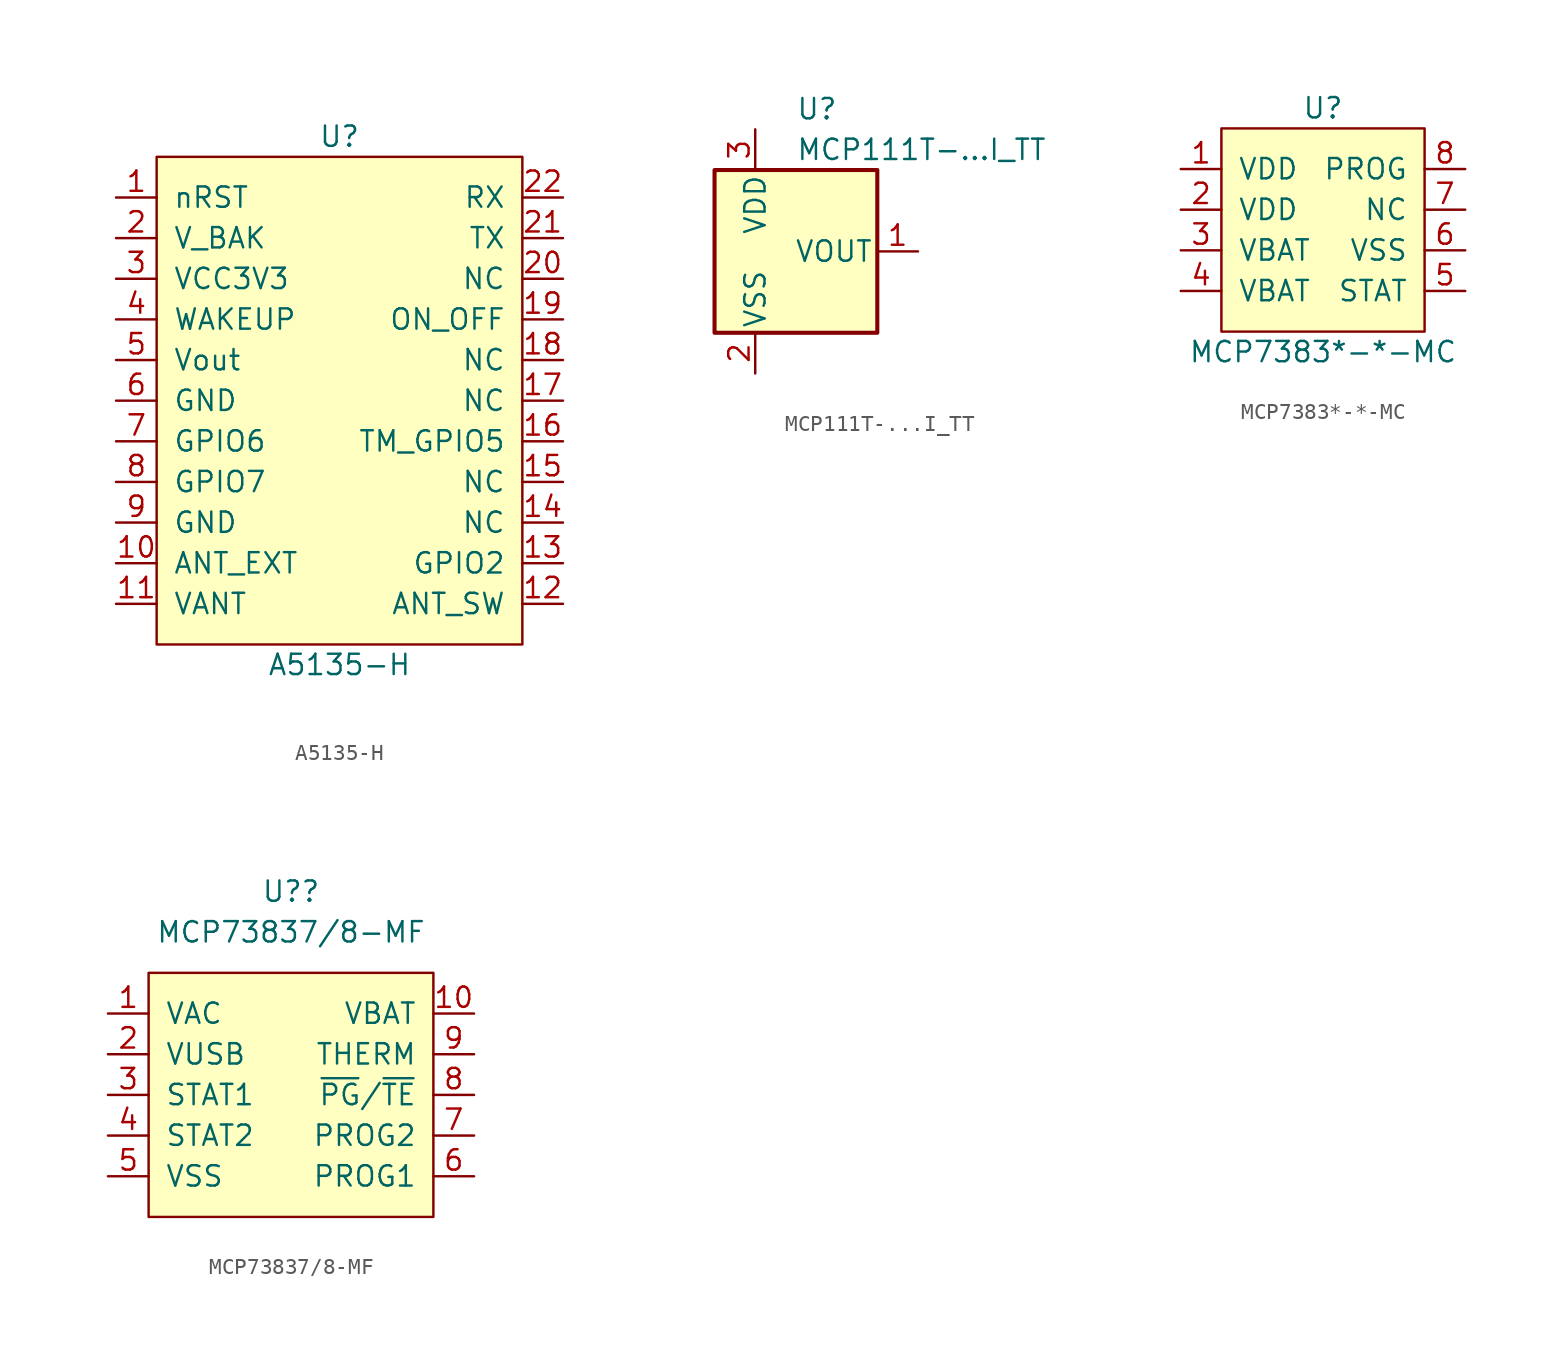
<source format=kicad_sym>
(kicad_symbol_lib
  (version 20211014)
  (generator kicad_symbol_editor)
  (symbol "A5135-H"
    (pin_names
      (offset 1.016))
    (property "Reference" "U"
      (at 0 15.24 0)
      (effects (font (size 1.27 1.27))))
    (property "Value" "A5135-H"
      (at 0 -17.78 0)
      (effects (font (size 1.27 1.27))))
    (symbol "A5135-H_0_1"
      (rectangle (start -11.43 13.97) (end 11.43 -16.51) (stroke (width 0) (type default) (color 0 0 0 0)) (fill (type background))))
    (symbol "A5135-H_1_1"
      (pin input line (at -13.97 11.43 0) (length 2.54) (name "nRST" (effects (font (size 1.27 1.27)))) (number "1" (effects (font (size 1.27 1.27)))))
      (pin input line (at -13.97 -11.43 0) (length 2.54) (name "ANT_EXT" (effects (font (size 1.27 1.27)))) (number "10" (effects (font (size 1.27 1.27)))))
      (pin input line (at -13.97 -13.97 0) (length 2.54) (name "VANT" (effects (font (size 1.27 1.27)))) (number "11" (effects (font (size 1.27 1.27)))))
      (pin input line (at 13.97 -13.97 180) (length 2.54) (name "ANT_SW" (effects (font (size 1.27 1.27)))) (number "12" (effects (font (size 1.27 1.27)))))
      (pin input line (at 13.97 -11.43 180) (length 2.54) (name "GPIO2" (effects (font (size 1.27 1.27)))) (number "13" (effects (font (size 1.27 1.27)))))
      (pin input line (at 13.97 -8.89 180) (length 2.54) (name "NC" (effects (font (size 1.27 1.27)))) (number "14" (effects (font (size 1.27 1.27)))))
      (pin input line (at 13.97 -6.35 180) (length 2.54) (name "NC" (effects (font (size 1.27 1.27)))) (number "15" (effects (font (size 1.27 1.27)))))
      (pin input line (at 13.97 -3.81 180) (length 2.54) (name "TM_GPIO5" (effects (font (size 1.27 1.27)))) (number "16" (effects (font (size 1.27 1.27)))))
      (pin input line (at 13.97 -1.27 180) (length 2.54) (name "NC" (effects (font (size 1.27 1.27)))) (number "17" (effects (font (size 1.27 1.27)))))
      (pin input line (at 13.97 1.27 180) (length 2.54) (name "NC" (effects (font (size 1.27 1.27)))) (number "18" (effects (font (size 1.27 1.27)))))
      (pin input line (at 13.97 3.81 180) (length 2.54) (name "ON_OFF" (effects (font (size 1.27 1.27)))) (number "19" (effects (font (size 1.27 1.27)))))
      (pin input line (at -13.97 8.89 0) (length 2.54) (name "V_BAK" (effects (font (size 1.27 1.27)))) (number "2" (effects (font (size 1.27 1.27)))))
      (pin input line (at 13.97 6.35 180) (length 2.54) (name "NC" (effects (font (size 1.27 1.27)))) (number "20" (effects (font (size 1.27 1.27)))))
      (pin input line (at 13.97 8.89 180) (length 2.54) (name "TX" (effects (font (size 1.27 1.27)))) (number "21" (effects (font (size 1.27 1.27)))))
      (pin input line (at 13.97 11.43 180) (length 2.54) (name "RX" (effects (font (size 1.27 1.27)))) (number "22" (effects (font (size 1.27 1.27)))))
      (pin input line (at -13.97 6.35 0) (length 2.54) (name "VCC3V3" (effects (font (size 1.27 1.27)))) (number "3" (effects (font (size 1.27 1.27)))))
      (pin input line (at -13.97 3.81 0) (length 2.54) (name "WAKEUP" (effects (font (size 1.27 1.27)))) (number "4" (effects (font (size 1.27 1.27)))))
      (pin input line (at -13.97 1.27 0) (length 2.54) (name "Vout" (effects (font (size 1.27 1.27)))) (number "5" (effects (font (size 1.27 1.27)))))
      (pin input line (at -13.97 -1.27 0) (length 2.54) (name "GND" (effects (font (size 1.27 1.27)))) (number "6" (effects (font (size 1.27 1.27)))))
      (pin input line (at -13.97 -3.81 0) (length 2.54) (name "GPIO6" (effects (font (size 1.27 1.27)))) (number "7" (effects (font (size 1.27 1.27)))))
      (pin input line (at -13.97 -6.35 0) (length 2.54) (name "GPIO7" (effects (font (size 1.27 1.27)))) (number "8" (effects (font (size 1.27 1.27)))))
      (pin input line (at -13.97 -8.89 0) (length 2.54) (name "GND" (effects (font (size 1.27 1.27)))) (number "9" (effects (font (size 1.27 1.27)))))))
  (symbol "MCP111T-...I_TT"
    (pin_names
      (offset 0.254))
    (property "Reference" "U"
      (at 2.54 8.89 0)
      (effects (font (size 1.27 1.27)) (justify left)))
    (property "Value" "MCP111T-...I_TT"
      (at 2.54 6.35 0)
      (effects (font (size 1.27 1.27)) (justify left)))
    (symbol "MCP111T-...I_TT_0_1"
      (rectangle (start -2.54 5.08) (end 7.62 -5.08) (stroke (width 0.254) (type default) (color 0 0 0 0)) (fill (type background))))
    (symbol "MCP111T-...I_TT_1_1"
      (pin output line (at 10.16 0 180) (length 2.54) (name "VOUT" (effects (font (size 1.27 1.27)))) (number "1" (effects (font (size 1.27 1.27)))))
      (pin power_in line (at 0 -7.62 90) (length 2.54) (name "VSS" (effects (font (size 1.27 1.27)))) (number "2" (effects (font (size 1.27 1.27)))))
      (pin power_in line (at 0 7.62 270) (length 2.54) (name "VDD" (effects (font (size 1.27 1.27)))) (number "3" (effects (font (size 1.27 1.27)))))))
  (symbol "MCP7383*-*-MC"
    (pin_names
      (offset 1.016))
    (property "Reference" "U"
      (at 0 7.62 0)
      (effects (font (size 1.27 1.27))))
    (property "Value" "MCP7383*-*-MC"
      (at 0 -7.62 0)
      (effects (font (size 1.27 1.27))))
    (symbol "MCP7383*-*-MC_0_0"
      (pin unspecified line (at 8.89 -1.27 180) (length 2.54) hide (name "VSS" (effects (font (size 1.27 1.27)))) (number "9" (effects (font (size 1.27 1.27))))))
    (symbol "MCP7383*-*-MC_0_1"
      (rectangle (start -6.35 6.35) (end 6.35 -6.35) (stroke (width 0) (type default) (color 0 0 0 0)) (fill (type background))))
    (symbol "MCP7383*-*-MC_1_1"
      (pin input line (at -8.89 3.81 0) (length 2.54) (name "VDD" (effects (font (size 1.27 1.27)))) (number "1" (effects (font (size 1.27 1.27)))))
      (pin input line (at -8.89 1.27 0) (length 2.54) (name "VDD" (effects (font (size 1.27 1.27)))) (number "2" (effects (font (size 1.27 1.27)))))
      (pin input line (at -8.89 -1.27 0) (length 2.54) (name "VBAT" (effects (font (size 1.27 1.27)))) (number "3" (effects (font (size 1.27 1.27)))))
      (pin input line (at -8.89 -3.81 0) (length 2.54) (name "VBAT" (effects (font (size 1.27 1.27)))) (number "4" (effects (font (size 1.27 1.27)))))
      (pin input line (at 8.89 -3.81 180) (length 2.54) (name "STAT" (effects (font (size 1.27 1.27)))) (number "5" (effects (font (size 1.27 1.27)))))
      (pin input line (at 8.89 -1.27 180) (length 2.54) (name "VSS" (effects (font (size 1.27 1.27)))) (number "6" (effects (font (size 1.27 1.27)))))
      (pin input line (at 8.89 1.27 180) (length 2.54) (name "NC" (effects (font (size 1.27 1.27)))) (number "7" (effects (font (size 1.27 1.27)))))
      (pin input line (at 8.89 3.81 180) (length 2.54) (name "PROG" (effects (font (size 1.27 1.27)))) (number "8" (effects (font (size 1.27 1.27)))))))
  (symbol "MCP73837/8-MF"
    (pin_names
      (offset 1.016))
    (property "Reference" "U?"
      (at 0 11.43 0)
      (effects (font (size 1.27 1.27))))
    (property "Value" "MCP73837/8-MF"
      (at 0 8.89 0)
      (effects (font (size 1.27 1.27))))
    (symbol "MCP73837/8-MF_0_0"
      (pin input line (at 11.43 3.81 180) (length 2.54) (name "VBAT" (effects (font (size 1.27 1.27)))) (number "10" (effects (font (size 1.27 1.27)))))
      (pin unspecified line (at -11.43 -6.35 0) (length 2.54) hide (name "VSS" (effects (font (size 1.27 1.27)))) (number "11" (effects (font (size 1.27 1.27)))))
      (pin input line (at 11.43 1.27 180) (length 2.54) (name "THERM" (effects (font (size 1.27 1.27)))) (number "9" (effects (font (size 1.27 1.27))))))
    (symbol "MCP73837/8-MF_0_1"
      (rectangle (start -8.89 6.35) (end 8.89 -8.89) (stroke (width 0) (type default) (color 0 0 0 0)) (fill (type background))))
    (symbol "MCP73837/8-MF_1_1"
      (pin input line (at -11.43 3.81 0) (length 2.54) (name "VAC" (effects (font (size 1.27 1.27)))) (number "1" (effects (font (size 1.27 1.27)))))
      (pin input line (at -11.43 1.27 0) (length 2.54) (name "VUSB" (effects (font (size 1.27 1.27)))) (number "2" (effects (font (size 1.27 1.27)))))
      (pin input line (at -11.43 -1.27 0) (length 2.54) (name "STAT1" (effects (font (size 1.27 1.27)))) (number "3" (effects (font (size 1.27 1.27)))))
      (pin input line (at -11.43 -3.81 0) (length 2.54) (name "STAT2" (effects (font (size 1.27 1.27)))) (number "4" (effects (font (size 1.27 1.27)))))
      (pin input line (at -11.43 -6.35 0) (length 2.54) (name "VSS" (effects (font (size 1.27 1.27)))) (number "5" (effects (font (size 1.27 1.27)))))
      (pin input line (at 11.43 -6.35 180) (length 2.54) (name "PROG1" (effects (font (size 1.27 1.27)))) (number "6" (effects (font (size 1.27 1.27)))))
      (pin input line (at 11.43 -3.81 180) (length 2.54) (name "PROG2" (effects (font (size 1.27 1.27)))) (number "7" (effects (font (size 1.27 1.27)))))
      (pin input line (at 11.43 -1.27 180) (length 2.54) (name "~{PG}/~{TE}" (effects (font (size 1.27 1.27)))) (number "8" (effects (font (size 1.27 1.27))))))))
</source>
